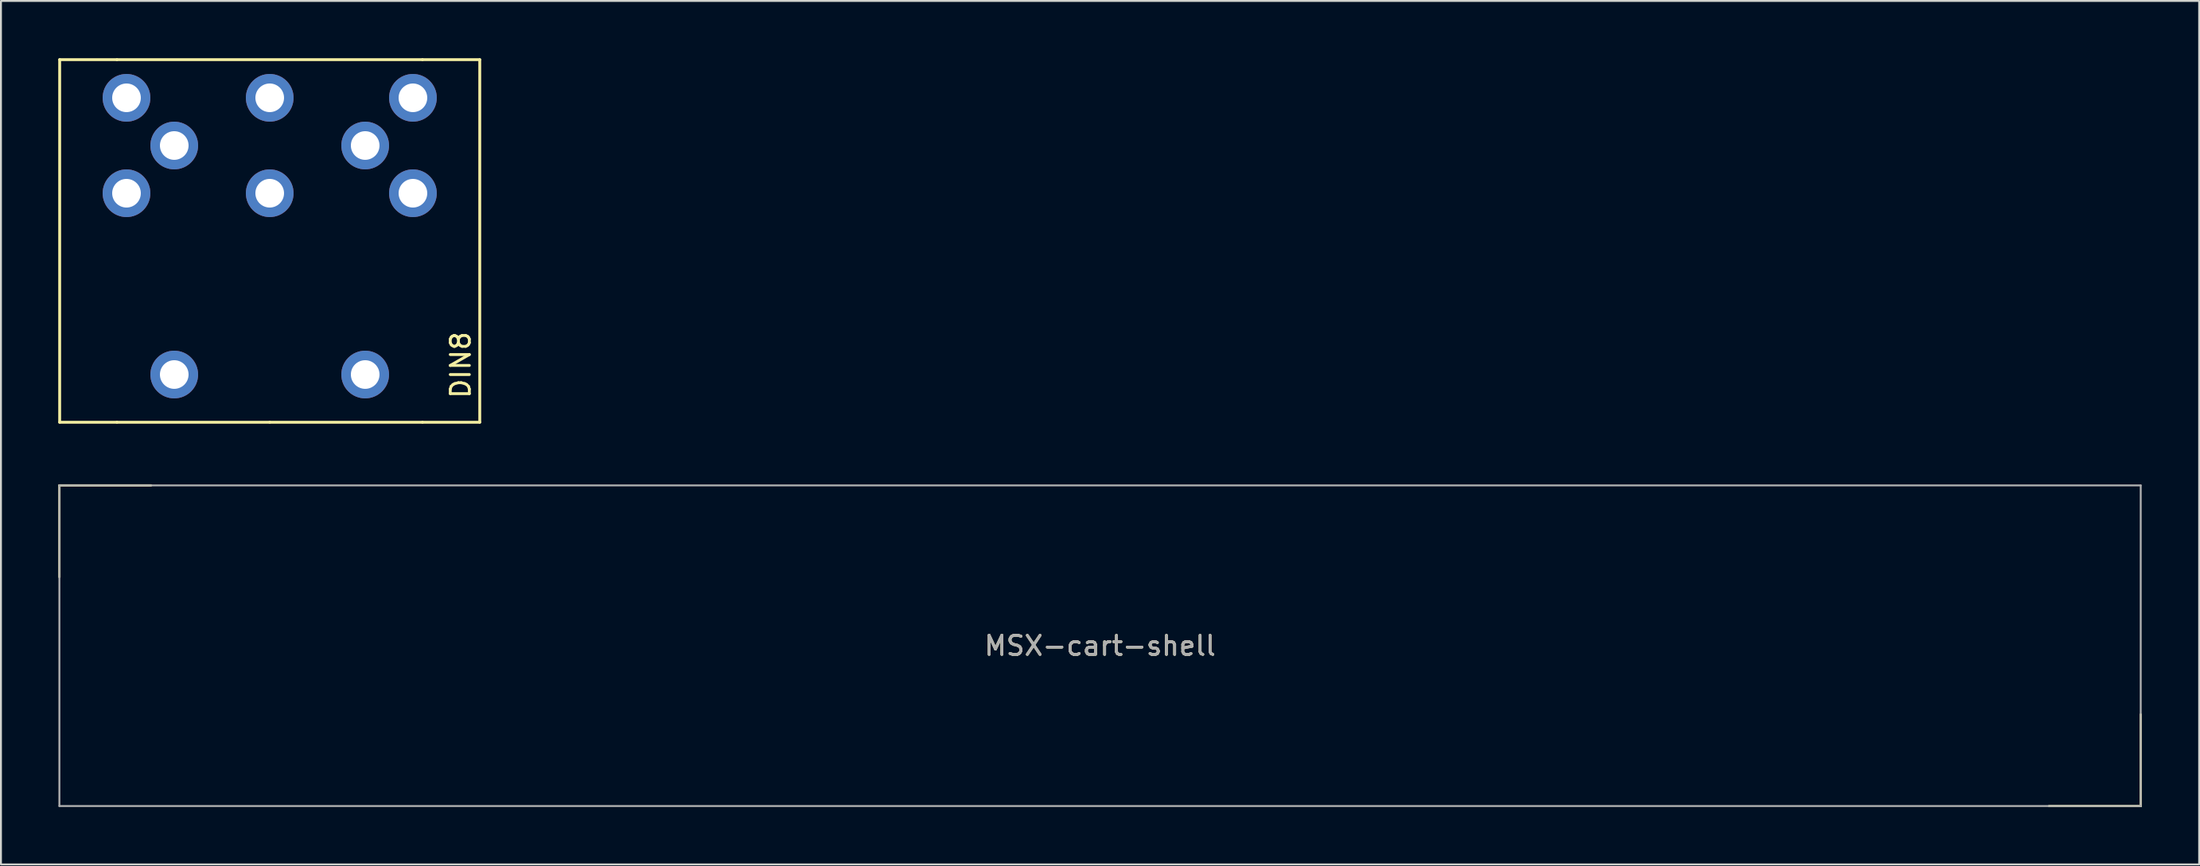
<source format=kicad_pcb>
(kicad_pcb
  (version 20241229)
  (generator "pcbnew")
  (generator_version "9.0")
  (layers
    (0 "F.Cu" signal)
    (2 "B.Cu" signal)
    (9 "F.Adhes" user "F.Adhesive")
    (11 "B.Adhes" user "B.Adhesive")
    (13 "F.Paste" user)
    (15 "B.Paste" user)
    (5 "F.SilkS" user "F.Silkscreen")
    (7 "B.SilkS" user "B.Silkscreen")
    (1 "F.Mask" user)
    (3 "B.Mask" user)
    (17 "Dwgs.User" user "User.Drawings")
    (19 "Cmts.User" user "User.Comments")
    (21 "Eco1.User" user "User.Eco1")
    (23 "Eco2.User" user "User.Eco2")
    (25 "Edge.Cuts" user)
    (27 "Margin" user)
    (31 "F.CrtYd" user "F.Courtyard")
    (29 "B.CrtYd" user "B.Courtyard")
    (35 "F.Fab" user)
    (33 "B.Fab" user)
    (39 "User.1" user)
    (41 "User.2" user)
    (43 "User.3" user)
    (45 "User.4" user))
  (footprint "DIN8"
    (layer "F.Cu")
    (at 11.075 19.075)
    (property "Reference" "DIN8" (at 10 -3 90) (layer "F.SilkS") (effects (font (size 1 1) (thickness 0.15))))
    (attr through_hole)
    (fp_line (start -11 -19) (end -8 -19) (stroke (width 0.15) (type solid)) (layer "F.SilkS"))
    (fp_line (start -11 0) (end -11 -19) (stroke (width 0.15) (type solid)) (layer "F.SilkS"))
    (fp_line (start -8 0) (end -11 0) (stroke (width 0.15) (type solid)) (layer "F.SilkS"))
    (fp_line (start -8 0) (end 0 0) (stroke (width 0.15) (type solid)) (layer "F.SilkS"))
    (fp_line (start 0 0) (end 8 0) (stroke (width 0.15) (type solid)) (layer "F.SilkS"))
    (fp_line (start 8 -19) (end -8 -19) (stroke (width 0.15) (type solid)) (layer "F.SilkS"))
    (fp_line (start 8 0) (end 11 0) (stroke (width 0.15) (type solid)) (layer "F.SilkS"))
    (fp_line (start 11 -19) (end 8 -19) (stroke (width 0.15) (type solid)) (layer "F.SilkS"))
    (fp_line (start 11 0) (end 11 -19) (stroke (width 0.15) (type solid)) (layer "F.SilkS"))
    (pad "" thru_hole circle (at -5 -2.5) (size 2.5 2.5) (drill 1.5) (layers "*.Cu" "*.Mask"))
    (pad "" thru_hole circle (at 5 -2.5) (size 2.5 2.5) (drill 1.5) (layers "*.Cu" "*.Mask"))
    (pad "1" thru_hole circle (at 7.5 -12) (size 2.5 2.5) (drill 1.5) (layers "*.Cu" "*.Mask"))
    (pad "2" thru_hole circle (at 0 -12) (size 2.5 2.5) (drill 1.5) (layers "*.Cu" "*.Mask"))
    (pad "3" thru_hole circle (at -7.5 -12) (size 2.5 2.5) (drill 1.5) (layers "*.Cu" "*.Mask"))
    (pad "4" thru_hole circle (at 5 -14.5) (size 2.5 2.5) (drill 1.5) (layers "*.Cu" "*.Mask"))
    (pad "5" thru_hole circle (at -5 -14.5) (size 2.5 2.5) (drill 1.5) (layers "*.Cu" "*.Mask"))
    (pad "6" thru_hole circle (at 7.5 -17) (size 2.5 2.5) (drill 1.5) (layers "*.Cu" "*.Mask"))
    (pad "7" thru_hole circle (at -7.5 -17) (size 2.5 2.5) (drill 1.5) (layers "*.Cu" "*.Mask"))
    (pad "8" thru_hole circle (at 0 -17) (size 2.5 2.5) (drill 1.5) (layers "*.Cu" "*.Mask")))
  (footprint "MSX-cart-shell"
    (layer "F.Cu")
    (at 54.56 30.785)
    (property "Reference" "MSX-cart-shell" (at 0 0 0) (layer "F.SilkS") (effects (font (size 1 1) (thickness 0.15))))
    (attr through_hole)
    (fp_line (start -54.5 -8.4) (end -54.5 -3.6) (stroke (width 0.12) (type solid)) (layer "F.SilkS"))
    (fp_line (start -54.5 -8.4) (end -49.7 -8.4) (stroke (width 0.12) (type solid)) (layer "F.SilkS"))
    (fp_line (start 54.5 8.4) (end 49.7 8.4) (stroke (width 0.12) (type solid)) (layer "F.SilkS"))
    (fp_line (start 54.5 8.4) (end 54.5 3.6) (stroke (width 0.12) (type solid)) (layer "F.SilkS"))
    (fp_line (start -54.5 -8.4) (end -54.5 8.4) (stroke (width 0.1) (type solid)) (layer "F.Fab"))
    (fp_line (start -54.5 -8.4) (end 54.5 -8.4) (stroke (width 0.1) (type solid)) (layer "F.Fab"))
    (fp_line (start 54.5 8.4) (end -54.5 8.4) (stroke (width 0.1) (type solid)) (layer "F.Fab"))
    (fp_line (start 54.5 8.4) (end 54.5 -8.4) (stroke (width 0.1) (type solid)) (layer "F.Fab"))
    (fp_text user "${REFERENCE}" (at 0 0 0) (layer "F.Fab") (effects (font (size 1 1) (thickness 0.15)))))
  (gr_rect
    (start -3 -3)
    (end 112.12 42.245)
    (stroke (width 0.1) (type default))
    (fill no)
    (layer "Edge.Cuts")))
</source>
